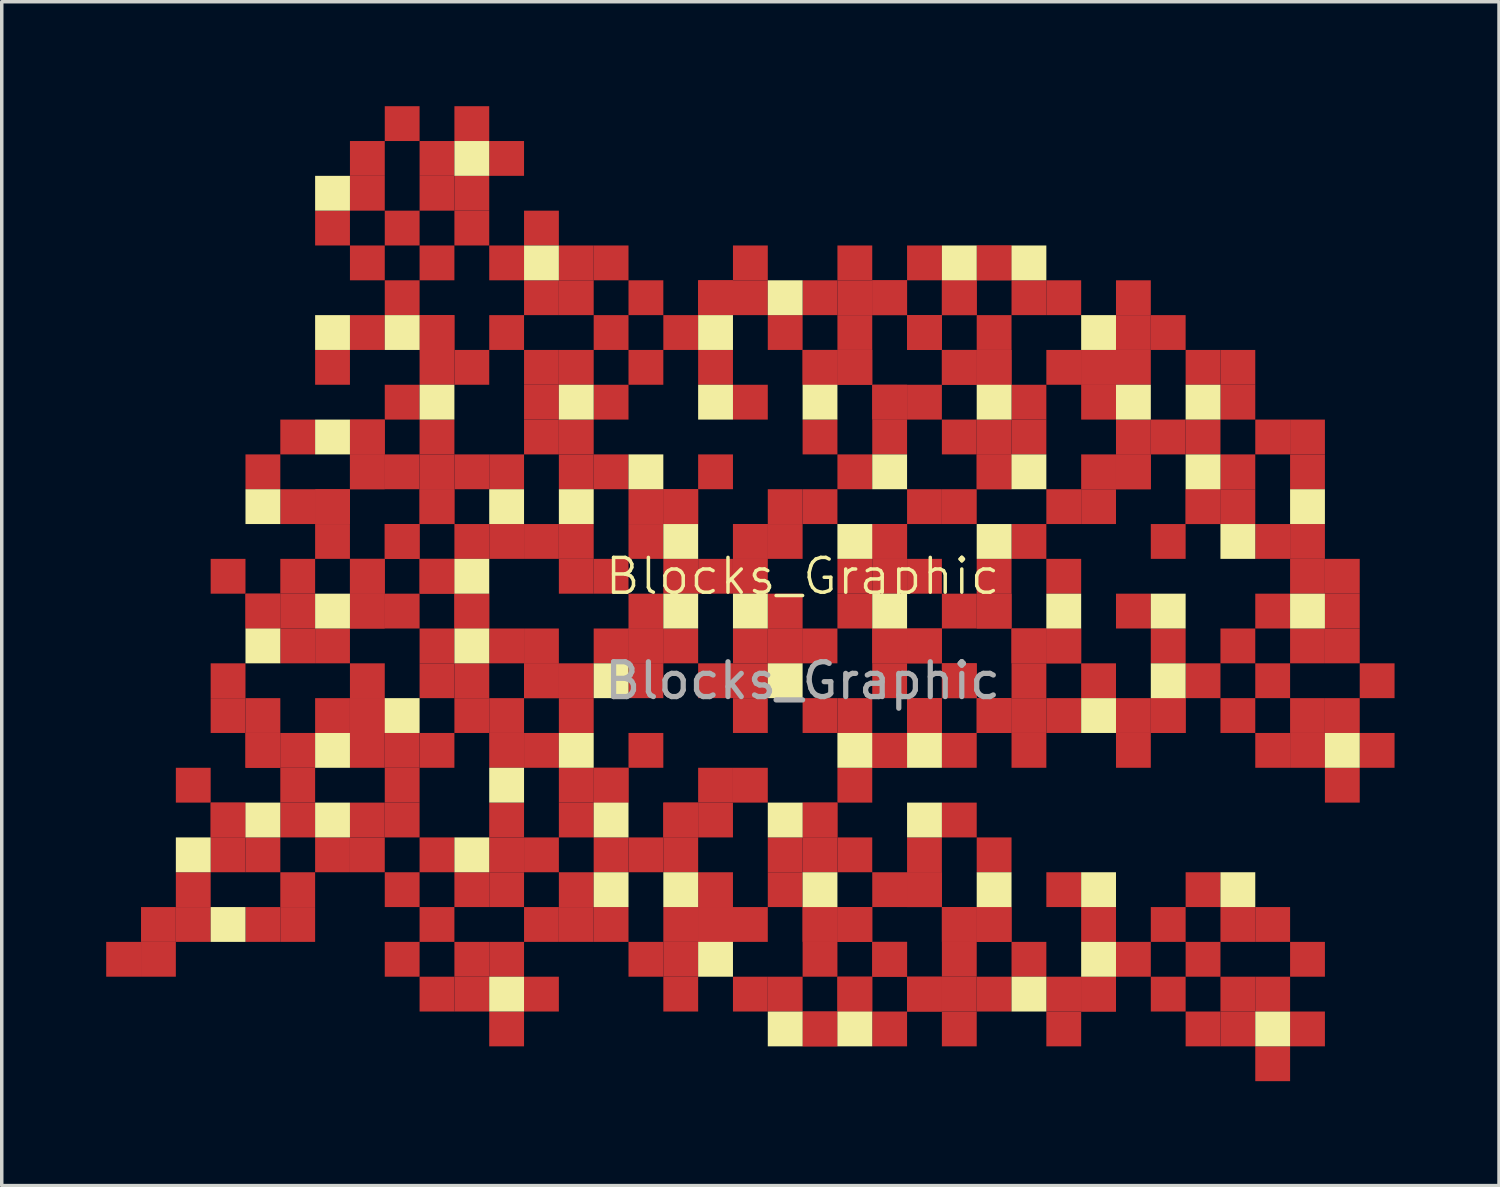
<source format=kicad_pcb>
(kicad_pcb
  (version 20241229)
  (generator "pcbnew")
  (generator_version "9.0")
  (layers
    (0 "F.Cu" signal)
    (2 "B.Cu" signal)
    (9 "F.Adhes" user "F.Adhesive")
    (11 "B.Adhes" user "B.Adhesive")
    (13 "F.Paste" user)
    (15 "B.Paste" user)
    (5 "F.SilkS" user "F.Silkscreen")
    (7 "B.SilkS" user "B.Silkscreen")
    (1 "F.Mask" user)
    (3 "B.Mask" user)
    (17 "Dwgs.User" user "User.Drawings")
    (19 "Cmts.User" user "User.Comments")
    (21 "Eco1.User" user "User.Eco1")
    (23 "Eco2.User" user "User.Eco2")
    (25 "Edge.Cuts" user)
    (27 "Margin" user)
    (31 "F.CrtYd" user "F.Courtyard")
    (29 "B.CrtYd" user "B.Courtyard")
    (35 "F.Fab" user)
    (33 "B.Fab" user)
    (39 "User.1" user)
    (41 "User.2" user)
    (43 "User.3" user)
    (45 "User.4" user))
  (footprint "Blocks_Graphic"
    (layer "F.Cu")
    (at 20 14)
    (property "Reference" "Blocks_Graphic" (at 0 -0.5 0) (unlocked yes) (layer "F.SilkS") (effects (font (size 1 1) (thickness 0.1))))
    (attr through_hole)
    (fp_rect (start -20 10) (end -19 11) (stroke (width 0) (type solid)) (fill yes) (layers "F.Cu" "F.Mask"))
    (fp_rect (start -19 9) (end -18 10) (stroke (width 0) (type solid)) (fill yes) (layers "F.Cu" "F.Mask"))
    (fp_rect (start -19 10) (end -18 11) (stroke (width 0) (type solid)) (fill yes) (layers "F.Cu" "F.Mask"))
    (fp_rect (start -18 5) (end -17 6) (stroke (width 0) (type solid)) (fill yes) (layers "F.Cu" "F.Mask"))
    (fp_rect (start -18 8) (end -17 9) (stroke (width 0) (type solid)) (fill yes) (layers "F.Cu" "F.Mask"))
    (fp_rect (start -18 9) (end -17 10) (stroke (width 0) (type solid)) (fill yes) (layers "F.Cu" "F.Mask"))
    (fp_rect (start -17 -1) (end -16 0) (stroke (width 0) (type solid)) (fill yes) (layers "F.Cu" "F.Mask"))
    (fp_rect (start -17 2) (end -16 3) (stroke (width 0) (type solid)) (fill yes) (layers "F.Cu" "F.Mask"))
    (fp_rect (start -17 3) (end -16 4) (stroke (width 0) (type solid)) (fill yes) (layers "F.Cu" "F.Mask"))
    (fp_rect (start -17 6) (end -16 7) (stroke (width 0) (type solid)) (fill yes) (layers "F.Cu" "F.Mask"))
    (fp_rect (start -17 6) (end -16 7) (stroke (width 0) (type solid)) (fill yes) (layers "F.Cu" "F.Mask"))
    (fp_rect (start -17 7) (end -16 8) (stroke (width 0) (type solid)) (fill yes) (layers "F.Cu" "F.Mask"))
    (fp_rect (start -16 -4) (end -15 -3) (stroke (width 0) (type solid)) (fill yes) (layers "F.Cu" "F.Mask"))
    (fp_rect (start -16 0) (end -15 1) (stroke (width 0) (type solid)) (fill yes) (layers "F.Cu" "F.Mask"))
    (fp_rect (start -16 0) (end -15 1) (stroke (width 0) (type solid)) (fill yes) (layers "F.Cu" "F.Mask"))
    (fp_rect (start -16 3) (end -15 4) (stroke (width 0) (type solid)) (fill yes) (layers "F.Cu" "F.Mask"))
    (fp_rect (start -16 4) (end -15 5) (stroke (width 0) (type solid)) (fill yes) (layers "F.Cu" "F.Mask"))
    (fp_rect (start -16 4) (end -15 5) (stroke (width 0) (type solid)) (fill yes) (layers "F.Cu" "F.Mask"))
    (fp_rect (start -16 7) (end -15 8) (stroke (width 0) (type solid)) (fill yes) (layers "F.Cu" "F.Mask"))
    (fp_rect (start -16 9) (end -15 10) (stroke (width 0) (type solid)) (fill yes) (layers "F.Cu" "F.Mask"))
    (fp_rect (start -15 -5) (end -14 -4) (stroke (width 0) (type solid)) (fill yes) (layers "F.Cu" "F.Mask"))
    (fp_rect (start -15 -3) (end -14 -2) (stroke (width 0) (type solid)) (fill yes) (layers "F.Cu" "F.Mask"))
    (fp_rect (start -15 -1) (end -14 0) (stroke (width 0) (type solid)) (fill yes) (layers "F.Cu" "F.Mask"))
    (fp_rect (start -15 0) (end -14 1) (stroke (width 0) (type solid)) (fill yes) (layers "F.Cu" "F.Mask"))
    (fp_rect (start -15 1) (end -14 2) (stroke (width 0) (type solid)) (fill yes) (layers "F.Cu" "F.Mask"))
    (fp_rect (start -15 4) (end -14 5) (stroke (width 0) (type solid)) (fill yes) (layers "F.Cu" "F.Mask"))
    (fp_rect (start -15 5) (end -14 6) (stroke (width 0) (type solid)) (fill yes) (layers "F.Cu" "F.Mask"))
    (fp_rect (start -15 6) (end -14 7) (stroke (width 0) (type solid)) (fill yes) (layers "F.Cu" "F.Mask"))
    (fp_rect (start -15 8) (end -14 9) (stroke (width 0) (type solid)) (fill yes) (layers "F.Cu" "F.Mask"))
    (fp_rect (start -15 9) (end -14 10) (stroke (width 0) (type solid)) (fill yes) (layers "F.Cu" "F.Mask"))
    (fp_rect (start -14 -11) (end -13 -10) (stroke (width 0) (type solid)) (fill yes) (layers "F.Cu" "F.Mask"))
    (fp_rect (start -14 -7) (end -13 -6) (stroke (width 0) (type solid)) (fill yes) (layers "F.Cu" "F.Mask"))
    (fp_rect (start -14 -3) (end -13 -2) (stroke (width 0) (type solid)) (fill yes) (layers "F.Cu" "F.Mask"))
    (fp_rect (start -14 -3) (end -13 -2) (stroke (width 0) (type solid)) (fill yes) (layers "F.Cu" "F.Mask"))
    (fp_rect (start -14 -2) (end -13 -1) (stroke (width 0) (type solid)) (fill yes) (layers "F.Cu" "F.Mask"))
    (fp_rect (start -14 1) (end -13 2) (stroke (width 0) (type solid)) (fill yes) (layers "F.Cu" "F.Mask"))
    (fp_rect (start -14 3) (end -13 4) (stroke (width 0) (type solid)) (fill yes) (layers "F.Cu" "F.Mask"))
    (fp_rect (start -14 7) (end -13 8) (stroke (width 0) (type solid)) (fill yes) (layers "F.Cu" "F.Mask"))
    (fp_rect (start -13 -13) (end -12 -12) (stroke (width 0) (type solid)) (fill yes) (layers "F.Cu" "F.Mask"))
    (fp_rect (start -13 -12) (end -12 -11) (stroke (width 0) (type solid)) (fill yes) (layers "F.Cu" "F.Mask"))
    (fp_rect (start -13 -10) (end -12 -9) (stroke (width 0) (type solid)) (fill yes) (layers "F.Cu" "F.Mask"))
    (fp_rect (start -13 -8) (end -12 -7) (stroke (width 0) (type solid)) (fill yes) (layers "F.Cu" "F.Mask"))
    (fp_rect (start -13 -5) (end -12 -4) (stroke (width 0) (type solid)) (fill yes) (layers "F.Cu" "F.Mask"))
    (fp_rect (start -13 -5) (end -12 -4) (stroke (width 0) (type solid)) (fill yes) (layers "F.Cu" "F.Mask"))
    (fp_rect (start -13 -4) (end -12 -3) (stroke (width 0) (type solid)) (fill yes) (layers "F.Cu" "F.Mask"))
    (fp_rect (start -13 -4) (end -12 -3) (stroke (width 0) (type solid)) (fill yes) (layers "F.Cu" "F.Mask"))
    (fp_rect (start -13 -1) (end -12 0) (stroke (width 0) (type solid)) (fill yes) (layers "F.Cu" "F.Mask"))
    (fp_rect (start -13 -1) (end -12 0) (stroke (width 0) (type solid)) (fill yes) (layers "F.Cu" "F.Mask"))
    (fp_rect (start -13 0) (end -12 1) (stroke (width 0) (type solid)) (fill yes) (layers "F.Cu" "F.Mask"))
    (fp_rect (start -13 0) (end -12 1) (stroke (width 0) (type solid)) (fill yes) (layers "F.Cu" "F.Mask"))
    (fp_rect (start -13 2) (end -12 3) (stroke (width 0) (type solid)) (fill yes) (layers "F.Cu" "F.Mask"))
    (fp_rect (start -13 3) (end -12 4) (stroke (width 0) (type solid)) (fill yes) (layers "F.Cu" "F.Mask"))
    (fp_rect (start -13 3) (end -12 4) (stroke (width 0) (type solid)) (fill yes) (layers "F.Cu" "F.Mask"))
    (fp_rect (start -13 4) (end -12 5) (stroke (width 0) (type solid)) (fill yes) (layers "F.Cu" "F.Mask"))
    (fp_rect (start -13 6) (end -12 7) (stroke (width 0) (type solid)) (fill yes) (layers "F.Cu" "F.Mask"))
    (fp_rect (start -13 7) (end -12 8) (stroke (width 0) (type solid)) (fill yes) (layers "F.Cu" "F.Mask"))
    (fp_rect (start -12 -14) (end -11 -13) (stroke (width 0) (type solid)) (fill yes) (layers "F.Cu" "F.Mask"))
    (fp_rect (start -12 -11) (end -11 -10) (stroke (width 0) (type solid)) (fill yes) (layers "F.Cu" "F.Mask"))
    (fp_rect (start -12 -9) (end -11 -8) (stroke (width 0) (type solid)) (fill yes) (layers "F.Cu" "F.Mask"))
    (fp_rect (start -12 -6) (end -11 -5) (stroke (width 0) (type solid)) (fill yes) (layers "F.Cu" "F.Mask"))
    (fp_rect (start -12 -4) (end -11 -3) (stroke (width 0) (type solid)) (fill yes) (layers "F.Cu" "F.Mask"))
    (fp_rect (start -12 -2) (end -11 -1) (stroke (width 0) (type solid)) (fill yes) (layers "F.Cu" "F.Mask"))
    (fp_rect (start -12 -2) (end -11 -1) (stroke (width 0) (type solid)) (fill yes) (layers "F.Cu" "F.Mask"))
    (fp_rect (start -12 0) (end -11 1) (stroke (width 0) (type solid)) (fill yes) (layers "F.Cu" "F.Mask"))
    (fp_rect (start -12 4) (end -11 5) (stroke (width 0) (type solid)) (fill yes) (layers "F.Cu" "F.Mask"))
    (fp_rect (start -12 5) (end -11 6) (stroke (width 0) (type solid)) (fill yes) (layers "F.Cu" "F.Mask"))
    (fp_rect (start -12 6) (end -11 7) (stroke (width 0) (type solid)) (fill yes) (layers "F.Cu" "F.Mask"))
    (fp_rect (start -12 8) (end -11 9) (stroke (width 0) (type solid)) (fill yes) (layers "F.Cu" "F.Mask"))
    (fp_rect (start -12 10) (end -11 11) (stroke (width 0) (type solid)) (fill yes) (layers "F.Cu" "F.Mask"))
    (fp_rect (start -11 -13) (end -10 -12) (stroke (width 0) (type solid)) (fill yes) (layers "F.Cu" "F.Mask"))
    (fp_rect (start -11 -12) (end -10 -11) (stroke (width 0) (type solid)) (fill yes) (layers "F.Cu" "F.Mask"))
    (fp_rect (start -11 -10) (end -10 -9) (stroke (width 0) (type solid)) (fill yes) (layers "F.Cu" "F.Mask"))
    (fp_rect (start -11 -8) (end -10 -7) (stroke (width 0) (type solid)) (fill yes) (layers "F.Cu" "F.Mask"))
    (fp_rect (start -11 -8) (end -10 -7) (stroke (width 0) (type solid)) (fill yes) (layers "F.Cu" "F.Mask"))
    (fp_rect (start -11 -7) (end -10 -6) (stroke (width 0) (type solid)) (fill yes) (layers "F.Cu" "F.Mask"))
    (fp_rect (start -11 -5) (end -10 -4) (stroke (width 0) (type solid)) (fill yes) (layers "F.Cu" "F.Mask"))
    (fp_rect (start -11 -4) (end -10 -3) (stroke (width 0) (type solid)) (fill yes) (layers "F.Cu" "F.Mask"))
    (fp_rect (start -11 -3) (end -10 -2) (stroke (width 0) (type solid)) (fill yes) (layers "F.Cu" "F.Mask"))
    (fp_rect (start -11 -3) (end -10 -2) (stroke (width 0) (type solid)) (fill yes) (layers "F.Cu" "F.Mask"))
    (fp_rect (start -11 -1) (end -10 0) (stroke (width 0) (type solid)) (fill yes) (layers "F.Cu" "F.Mask"))
    (fp_rect (start -11 -1) (end -10 0) (stroke (width 0) (type solid)) (fill yes) (layers "F.Cu" "F.Mask"))
    (fp_rect (start -11 1) (end -10 2) (stroke (width 0) (type solid)) (fill yes) (layers "F.Cu" "F.Mask"))
    (fp_rect (start -11 2) (end -10 3) (stroke (width 0) (type solid)) (fill yes) (layers "F.Cu" "F.Mask"))
    (fp_rect (start -11 4) (end -10 5) (stroke (width 0) (type solid)) (fill yes) (layers "F.Cu" "F.Mask"))
    (fp_rect (start -11 7) (end -10 8) (stroke (width 0) (type solid)) (fill yes) (layers "F.Cu" "F.Mask"))
    (fp_rect (start -11 9) (end -10 10) (stroke (width 0) (type solid)) (fill yes) (layers "F.Cu" "F.Mask"))
    (fp_rect (start -11 11) (end -10 12) (stroke (width 0) (type solid)) (fill yes) (layers "F.Cu" "F.Mask"))
    (fp_rect (start -10 -14) (end -9 -13) (stroke (width 0) (type solid)) (fill yes) (layers "F.Cu" "F.Mask"))
    (fp_rect (start -10 -12) (end -9 -11) (stroke (width 0) (type solid)) (fill yes) (layers "F.Cu" "F.Mask"))
    (fp_rect (start -10 -11) (end -9 -10) (stroke (width 0) (type solid)) (fill yes) (layers "F.Cu" "F.Mask"))
    (fp_rect (start -10 -7) (end -9 -6) (stroke (width 0) (type solid)) (fill yes) (layers "F.Cu" "F.Mask"))
    (fp_rect (start -10 -4) (end -9 -3) (stroke (width 0) (type solid)) (fill yes) (layers "F.Cu" "F.Mask"))
    (fp_rect (start -10 -2) (end -9 -1) (stroke (width 0) (type solid)) (fill yes) (layers "F.Cu" "F.Mask"))
    (fp_rect (start -10 0) (end -9 1) (stroke (width 0) (type solid)) (fill yes) (layers "F.Cu" "F.Mask"))
    (fp_rect (start -10 0) (end -9 1) (stroke (width 0) (type solid)) (fill yes) (layers "F.Cu" "F.Mask"))
    (fp_rect (start -10 2) (end -9 3) (stroke (width 0) (type solid)) (fill yes) (layers "F.Cu" "F.Mask"))
    (fp_rect (start -10 3) (end -9 4) (stroke (width 0) (type solid)) (fill yes) (layers "F.Cu" "F.Mask"))
    (fp_rect (start -10 8) (end -9 9) (stroke (width 0) (type solid)) (fill yes) (layers "F.Cu" "F.Mask"))
    (fp_rect (start -10 10) (end -9 11) (stroke (width 0) (type solid)) (fill yes) (layers "F.Cu" "F.Mask"))
    (fp_rect (start -10 11) (end -9 12) (stroke (width 0) (type solid)) (fill yes) (layers "F.Cu" "F.Mask"))
    (fp_rect (start -9 -13) (end -8 -12) (stroke (width 0) (type solid)) (fill yes) (layers "F.Cu" "F.Mask"))
    (fp_rect (start -9 -10) (end -8 -9) (stroke (width 0) (type solid)) (fill yes) (layers "F.Cu" "F.Mask"))
    (fp_rect (start -9 -8) (end -8 -7) (stroke (width 0) (type solid)) (fill yes) (layers "F.Cu" "F.Mask"))
    (fp_rect (start -9 -4) (end -8 -3) (stroke (width 0) (type solid)) (fill yes) (layers "F.Cu" "F.Mask"))
    (fp_rect (start -9 -2) (end -8 -1) (stroke (width 0) (type solid)) (fill yes) (layers "F.Cu" "F.Mask"))
    (fp_rect (start -9 1) (end -8 2) (stroke (width 0) (type solid)) (fill yes) (layers "F.Cu" "F.Mask"))
    (fp_rect (start -9 3) (end -8 4) (stroke (width 0) (type solid)) (fill yes) (layers "F.Cu" "F.Mask"))
    (fp_rect (start -9 4) (end -8 5) (stroke (width 0) (type solid)) (fill yes) (layers "F.Cu" "F.Mask"))
    (fp_rect (start -9 6) (end -8 7) (stroke (width 0) (type solid)) (fill yes) (layers "F.Cu" "F.Mask"))
    (fp_rect (start -9 7) (end -8 8) (stroke (width 0) (type solid)) (fill yes) (layers "F.Cu" "F.Mask"))
    (fp_rect (start -9 8) (end -8 9) (stroke (width 0) (type solid)) (fill yes) (layers "F.Cu" "F.Mask"))
    (fp_rect (start -9 10) (end -8 11) (stroke (width 0) (type solid)) (fill yes) (layers "F.Cu" "F.Mask"))
    (fp_rect (start -9 12) (end -8 13) (stroke (width 0) (type solid)) (fill yes) (layers "F.Cu" "F.Mask"))
    (fp_rect (start -8 -11) (end -7 -10) (stroke (width 0) (type solid)) (fill yes) (layers "F.Cu" "F.Mask"))
    (fp_rect (start -8 -9) (end -7 -8) (stroke (width 0) (type solid)) (fill yes) (layers "F.Cu" "F.Mask"))
    (fp_rect (start -8 -7) (end -7 -6) (stroke (width 0) (type solid)) (fill yes) (layers "F.Cu" "F.Mask"))
    (fp_rect (start -8 -6) (end -7 -5) (stroke (width 0) (type solid)) (fill yes) (layers "F.Cu" "F.Mask"))
    (fp_rect (start -8 -5) (end -7 -4) (stroke (width 0) (type solid)) (fill yes) (layers "F.Cu" "F.Mask"))
    (fp_rect (start -8 -2) (end -7 -1) (stroke (width 0) (type solid)) (fill yes) (layers "F.Cu" "F.Mask"))
    (fp_rect (start -8 1) (end -7 2) (stroke (width 0) (type solid)) (fill yes) (layers "F.Cu" "F.Mask"))
    (fp_rect (start -8 2) (end -7 3) (stroke (width 0) (type solid)) (fill yes) (layers "F.Cu" "F.Mask"))
    (fp_rect (start -8 2) (end -7 3) (stroke (width 0) (type solid)) (fill yes) (layers "F.Cu" "F.Mask"))
    (fp_rect (start -8 4) (end -7 5) (stroke (width 0) (type solid)) (fill yes) (layers "F.Cu" "F.Mask"))
    (fp_rect (start -8 7) (end -7 8) (stroke (width 0) (type solid)) (fill yes) (layers "F.Cu" "F.Mask"))
    (fp_rect (start -8 9) (end -7 10) (stroke (width 0) (type solid)) (fill yes) (layers "F.Cu" "F.Mask"))
    (fp_rect (start -8 11) (end -7 12) (stroke (width 0) (type solid)) (fill yes) (layers "F.Cu" "F.Mask"))
    (fp_rect (start -7 -10) (end -6 -9) (stroke (width 0) (type solid)) (fill yes) (layers "F.Cu" "F.Mask"))
    (fp_rect (start -7 -9) (end -6 -8) (stroke (width 0) (type solid)) (fill yes) (layers "F.Cu" "F.Mask"))
    (fp_rect (start -7 -7) (end -6 -6) (stroke (width 0) (type solid)) (fill yes) (layers "F.Cu" "F.Mask"))
    (fp_rect (start -7 -5) (end -6 -4) (stroke (width 0) (type solid)) (fill yes) (layers "F.Cu" "F.Mask"))
    (fp_rect (start -7 -4) (end -6 -3) (stroke (width 0) (type solid)) (fill yes) (layers "F.Cu" "F.Mask"))
    (fp_rect (start -7 -2) (end -6 -1) (stroke (width 0) (type solid)) (fill yes) (layers "F.Cu" "F.Mask"))
    (fp_rect (start -7 -1) (end -6 0) (stroke (width 0) (type solid)) (fill yes) (layers "F.Cu" "F.Mask"))
    (fp_rect (start -7 2) (end -6 3) (stroke (width 0) (type solid)) (fill yes) (layers "F.Cu" "F.Mask"))
    (fp_rect (start -7 3) (end -6 4) (stroke (width 0) (type solid)) (fill yes) (layers "F.Cu" "F.Mask"))
    (fp_rect (start -7 5) (end -6 6) (stroke (width 0) (type solid)) (fill yes) (layers "F.Cu" "F.Mask"))
    (fp_rect (start -7 6) (end -6 7) (stroke (width 0) (type solid)) (fill yes) (layers "F.Cu" "F.Mask"))
    (fp_rect (start -7 8) (end -6 9) (stroke (width 0) (type solid)) (fill yes) (layers "F.Cu" "F.Mask"))
    (fp_rect (start -7 9) (end -6 10) (stroke (width 0) (type solid)) (fill yes) (layers "F.Cu" "F.Mask"))
    (fp_rect (start -6 -10) (end -5 -9) (stroke (width 0) (type solid)) (fill yes) (layers "F.Cu" "F.Mask"))
    (fp_rect (start -6 -8) (end -5 -7) (stroke (width 0) (type solid)) (fill yes) (layers "F.Cu" "F.Mask"))
    (fp_rect (start -6 -6) (end -5 -5) (stroke (width 0) (type solid)) (fill yes) (layers "F.Cu" "F.Mask"))
    (fp_rect (start -6 -4) (end -5 -3) (stroke (width 0) (type solid)) (fill yes) (layers "F.Cu" "F.Mask"))
    (fp_rect (start -6 -1) (end -5 0) (stroke (width 0) (type solid)) (fill yes) (layers "F.Cu" "F.Mask"))
    (fp_rect (start -6 1) (end -5 2) (stroke (width 0) (type solid)) (fill yes) (layers "F.Cu" "F.Mask"))
    (fp_rect (start -6 5) (end -5 6) (stroke (width 0) (type solid)) (fill yes) (layers "F.Cu" "F.Mask"))
    (fp_rect (start -6 5) (end -5 6) (stroke (width 0) (type solid)) (fill yes) (layers "F.Cu" "F.Mask"))
    (fp_rect (start -6 7) (end -5 8) (stroke (width 0) (type solid)) (fill yes) (layers "F.Cu" "F.Mask"))
    (fp_rect (start -6 9) (end -5 10) (stroke (width 0) (type solid)) (fill yes) (layers "F.Cu" "F.Mask"))
    (fp_rect (start -5 -9) (end -4 -8) (stroke (width 0) (type solid)) (fill yes) (layers "F.Cu" "F.Mask"))
    (fp_rect (start -5 -7) (end -4 -6) (stroke (width 0) (type solid)) (fill yes) (layers "F.Cu" "F.Mask"))
    (fp_rect (start -5 -3) (end -4 -2) (stroke (width 0) (type solid)) (fill yes) (layers "F.Cu" "F.Mask"))
    (fp_rect (start -5 -2) (end -4 -1) (stroke (width 0) (type solid)) (fill yes) (layers "F.Cu" "F.Mask"))
    (fp_rect (start -5 0) (end -4 1) (stroke (width 0) (type solid)) (fill yes) (layers "F.Cu" "F.Mask"))
    (fp_rect (start -5 1) (end -4 2) (stroke (width 0) (type solid)) (fill yes) (layers "F.Cu" "F.Mask"))
    (fp_rect (start -5 1) (end -4 2) (stroke (width 0) (type solid)) (fill yes) (layers "F.Cu" "F.Mask"))
    (fp_rect (start -5 1) (end -4 2) (stroke (width 0) (type solid)) (fill yes) (layers "F.Cu" "F.Mask"))
    (fp_rect (start -5 2) (end -4 3) (stroke (width 0) (type solid)) (fill yes) (layers "F.Cu" "F.Mask"))
    (fp_rect (start -5 4) (end -4 5) (stroke (width 0) (type solid)) (fill yes) (layers "F.Cu" "F.Mask"))
    (fp_rect (start -5 7) (end -4 8) (stroke (width 0) (type solid)) (fill yes) (layers "F.Cu" "F.Mask"))
    (fp_rect (start -5 10) (end -4 11) (stroke (width 0) (type solid)) (fill yes) (layers "F.Cu" "F.Mask"))
    (fp_rect (start -4 -8) (end -3 -7) (stroke (width 0) (type solid)) (fill yes) (layers "F.Cu" "F.Mask"))
    (fp_rect (start -4 -3) (end -3 -2) (stroke (width 0) (type solid)) (fill yes) (layers "F.Cu" "F.Mask"))
    (fp_rect (start -4 -3) (end -3 -2) (stroke (width 0) (type solid)) (fill yes) (layers "F.Cu" "F.Mask"))
    (fp_rect (start -4 -1) (end -3 0) (stroke (width 0) (type solid)) (fill yes) (layers "F.Cu" "F.Mask"))
    (fp_rect (start -4 1) (end -3 2) (stroke (width 0) (type solid)) (fill yes) (layers "F.Cu" "F.Mask"))
    (fp_rect (start -4 6) (end -3 7) (stroke (width 0) (type solid)) (fill yes) (layers "F.Cu" "F.Mask"))
    (fp_rect (start -4 6) (end -3 7) (stroke (width 0) (type solid)) (fill yes) (layers "F.Cu" "F.Mask"))
    (fp_rect (start -4 7) (end -3 8) (stroke (width 0) (type solid)) (fill yes) (layers "F.Cu" "F.Mask"))
    (fp_rect (start -4 9) (end -3 10) (stroke (width 0) (type solid)) (fill yes) (layers "F.Cu" "F.Mask"))
    (fp_rect (start -4 10) (end -3 11) (stroke (width 0) (type solid)) (fill yes) (layers "F.Cu" "F.Mask"))
    (fp_rect (start -4 11) (end -3 12) (stroke (width 0) (type solid)) (fill yes) (layers "F.Cu" "F.Mask"))
    (fp_rect (start -3 -9) (end -2 -8) (stroke (width 0) (type solid)) (fill yes) (layers "F.Cu" "F.Mask"))
    (fp_rect (start -3 -9) (end -2 -8) (stroke (width 0) (type solid)) (fill yes) (layers "F.Cu" "F.Mask"))
    (fp_rect (start -3 -7) (end -2 -6) (stroke (width 0) (type solid)) (fill yes) (layers "F.Cu" "F.Mask"))
    (fp_rect (start -3 -4) (end -2 -3) (stroke (width 0) (type solid)) (fill yes) (layers "F.Cu" "F.Mask"))
    (fp_rect (start -3 -1) (end -2 0) (stroke (width 0) (type solid)) (fill yes) (layers "F.Cu" "F.Mask"))
    (fp_rect (start -3 2) (end -2 3) (stroke (width 0) (type solid)) (fill yes) (layers "F.Cu" "F.Mask"))
    (fp_rect (start -3 5) (end -2 6) (stroke (width 0) (type solid)) (fill yes) (layers "F.Cu" "F.Mask"))
    (fp_rect (start -3 6) (end -2 7) (stroke (width 0) (type solid)) (fill yes) (layers "F.Cu" "F.Mask"))
    (fp_rect (start -3 8) (end -2 9) (stroke (width 0) (type solid)) (fill yes) (layers "F.Cu" "F.Mask"))
    (fp_rect (start -3 9) (end -2 10) (stroke (width 0) (type solid)) (fill yes) (layers "F.Cu" "F.Mask"))
    (fp_rect (start -3 9) (end -2 10) (stroke (width 0) (type solid)) (fill yes) (layers "F.Cu" "F.Mask"))
    (fp_rect (start -2 -10) (end -1 -9) (stroke (width 0) (type solid)) (fill yes) (layers "F.Cu" "F.Mask"))
    (fp_rect (start -2 -9) (end -1 -8) (stroke (width 0) (type solid)) (fill yes) (layers "F.Cu" "F.Mask"))
    (fp_rect (start -2 -6) (end -1 -5) (stroke (width 0) (type solid)) (fill yes) (layers "F.Cu" "F.Mask"))
    (fp_rect (start -2 -2) (end -1 -1) (stroke (width 0) (type solid)) (fill yes) (layers "F.Cu" "F.Mask"))
    (fp_rect (start -2 -2) (end -1 -1) (stroke (width 0) (type solid)) (fill yes) (layers "F.Cu" "F.Mask"))
    (fp_rect (start -2 -1) (end -1 0) (stroke (width 0) (type solid)) (fill yes) (layers "F.Cu" "F.Mask"))
    (fp_rect (start -2 1) (end -1 2) (stroke (width 0) (type solid)) (fill yes) (layers "F.Cu" "F.Mask"))
    (fp_rect (start -2 2) (end -1 3) (stroke (width 0) (type solid)) (fill yes) (layers "F.Cu" "F.Mask"))
    (fp_rect (start -2 3) (end -1 4) (stroke (width 0) (type solid)) (fill yes) (layers "F.Cu" "F.Mask"))
    (fp_rect (start -2 5) (end -1 6) (stroke (width 0) (type solid)) (fill yes) (layers "F.Cu" "F.Mask"))
    (fp_rect (start -2 9) (end -1 10) (stroke (width 0) (type solid)) (fill yes) (layers "F.Cu" "F.Mask"))
    (fp_rect (start -2 11) (end -1 12) (stroke (width 0) (type solid)) (fill yes) (layers "F.Cu" "F.Mask"))
    (fp_rect (start -1 -8) (end 0 -7) (stroke (width 0) (type solid)) (fill yes) (layers "F.Cu" "F.Mask"))
    (fp_rect (start -1 -3) (end 0 -2) (stroke (width 0) (type solid)) (fill yes) (layers "F.Cu" "F.Mask"))
    (fp_rect (start -1 -2) (end 0 -1) (stroke (width 0) (type solid)) (fill yes) (layers "F.Cu" "F.Mask"))
    (fp_rect (start -1 0) (end 0 1) (stroke (width 0) (type solid)) (fill yes) (layers "F.Cu" "F.Mask"))
    (fp_rect (start -1 1) (end 0 2) (stroke (width 0) (type solid)) (fill yes) (layers "F.Cu" "F.Mask"))
    (fp_rect (start -1 1) (end 0 2) (stroke (width 0) (type solid)) (fill yes) (layers "F.Cu" "F.Mask"))
    (fp_rect (start -1 7) (end 0 8) (stroke (width 0) (type solid)) (fill yes) (layers "F.Cu" "F.Mask"))
    (fp_rect (start -1 8) (end 0 9) (stroke (width 0) (type solid)) (fill yes) (layers "F.Cu" "F.Mask"))
    (fp_rect (start -1 11) (end 0 12) (stroke (width 0) (type solid)) (fill yes) (layers "F.Cu" "F.Mask"))
    (fp_rect (start 0 -9) (end 1 -8) (stroke (width 0) (type solid)) (fill yes) (layers "F.Cu" "F.Mask"))
    (fp_rect (start 0 -7) (end 1 -6) (stroke (width 0) (type solid)) (fill yes) (layers "F.Cu" "F.Mask"))
    (fp_rect (start 0 -7) (end 1 -6) (stroke (width 0) (type solid)) (fill yes) (layers "F.Cu" "F.Mask"))
    (fp_rect (start 0 -5) (end 1 -4) (stroke (width 0) (type solid)) (fill yes) (layers "F.Cu" "F.Mask"))
    (fp_rect (start 0 -3) (end 1 -2) (stroke (width 0) (type solid)) (fill yes) (layers "F.Cu" "F.Mask"))
    (fp_rect (start 0 1) (end 1 2) (stroke (width 0) (type solid)) (fill yes) (layers "F.Cu" "F.Mask"))
    (fp_rect (start 0 3) (end 1 4) (stroke (width 0) (type solid)) (fill yes) (layers "F.Cu" "F.Mask"))
    (fp_rect (start 0 6) (end 1 7) (stroke (width 0) (type solid)) (fill yes) (layers "F.Cu" "F.Mask"))
    (fp_rect (start 0 6) (end 1 7) (stroke (width 0) (type solid)) (fill yes) (layers "F.Cu" "F.Mask"))
    (fp_rect (start 0 7) (end 1 8) (stroke (width 0) (type solid)) (fill yes) (layers "F.Cu" "F.Mask"))
    (fp_rect (start 0 9) (end 1 10) (stroke (width 0) (type solid)) (fill yes) (layers "F.Cu" "F.Mask"))
    (fp_rect (start 0 9) (end 1 10) (stroke (width 0) (type solid)) (fill yes) (layers "F.Cu" "F.Mask"))
    (fp_rect (start 0 10) (end 1 11) (stroke (width 0) (type solid)) (fill yes) (layers "F.Cu" "F.Mask"))
    (fp_rect (start 0 12) (end 1 13) (stroke (width 0) (type solid)) (fill yes) (layers "F.Cu" "F.Mask"))
    (fp_rect (start 0 12) (end 1 13) (stroke (width 0) (type solid)) (fill yes) (layers "F.Cu" "F.Mask"))
    (fp_rect (start 1 -10) (end 2 -9) (stroke (width 0) (type solid)) (fill yes) (layers "F.Cu" "F.Mask"))
    (fp_rect (start 1 -9) (end 2 -8) (stroke (width 0) (type solid)) (fill yes) (layers "F.Cu" "F.Mask"))
    (fp_rect (start 1 -8) (end 2 -7) (stroke (width 0) (type solid)) (fill yes) (layers "F.Cu" "F.Mask"))
    (fp_rect (start 1 -7) (end 2 -6) (stroke (width 0) (type solid)) (fill yes) (layers "F.Cu" "F.Mask"))
    (fp_rect (start 1 -7) (end 2 -6) (stroke (width 0) (type solid)) (fill yes) (layers "F.Cu" "F.Mask"))
    (fp_rect (start 1 -4) (end 2 -3) (stroke (width 0) (type solid)) (fill yes) (layers "F.Cu" "F.Mask"))
    (fp_rect (start 1 -1) (end 2 0) (stroke (width 0) (type solid)) (fill yes) (layers "F.Cu" "F.Mask"))
    (fp_rect (start 1 0) (end 2 1) (stroke (width 0) (type solid)) (fill yes) (layers "F.Cu" "F.Mask"))
    (fp_rect (start 1 3) (end 2 4) (stroke (width 0) (type solid)) (fill yes) (layers "F.Cu" "F.Mask"))
    (fp_rect (start 1 5) (end 2 6) (stroke (width 0) (type solid)) (fill yes) (layers "F.Cu" "F.Mask"))
    (fp_rect (start 1 7) (end 2 8) (stroke (width 0) (type solid)) (fill yes) (layers "F.Cu" "F.Mask"))
    (fp_rect (start 1 9) (end 2 10) (stroke (width 0) (type solid)) (fill yes) (layers "F.Cu" "F.Mask"))
    (fp_rect (start 1 9) (end 2 10) (stroke (width 0) (type solid)) (fill yes) (layers "F.Cu" "F.Mask"))
    (fp_rect (start 1 11) (end 2 12) (stroke (width 0) (type solid)) (fill yes) (layers "F.Cu" "F.Mask"))
    (fp_rect (start 1 11) (end 2 12) (stroke (width 0) (type solid)) (fill yes) (layers "F.Cu" "F.Mask"))
    (fp_rect (start 2 -9) (end 3 -8) (stroke (width 0) (type solid)) (fill yes) (layers "F.Cu" "F.Mask"))
    (fp_rect (start 2 -9) (end 3 -8) (stroke (width 0) (type solid)) (fill yes) (layers "F.Cu" "F.Mask"))
    (fp_rect (start 2 -6) (end 3 -5) (stroke (width 0) (type solid)) (fill yes) (layers "F.Cu" "F.Mask"))
    (fp_rect (start 2 -6) (end 3 -5) (stroke (width 0) (type solid)) (fill yes) (layers "F.Cu" "F.Mask"))
    (fp_rect (start 2 -5) (end 3 -4) (stroke (width 0) (type solid)) (fill yes) (layers "F.Cu" "F.Mask"))
    (fp_rect (start 2 -2) (end 3 -1) (stroke (width 0) (type solid)) (fill yes) (layers "F.Cu" "F.Mask"))
    (fp_rect (start 2 -2) (end 3 -1) (stroke (width 0) (type solid)) (fill yes) (layers "F.Cu" "F.Mask"))
    (fp_rect (start 2 -1) (end 3 0) (stroke (width 0) (type solid)) (fill yes) (layers "F.Cu" "F.Mask"))
    (fp_rect (start 2 1) (end 3 2) (stroke (width 0) (type solid)) (fill yes) (layers "F.Cu" "F.Mask"))
    (fp_rect (start 2 1) (end 3 2) (stroke (width 0) (type solid)) (fill yes) (layers "F.Cu" "F.Mask"))
    (fp_rect (start 2 2) (end 3 3) (stroke (width 0) (type solid)) (fill yes) (layers "F.Cu" "F.Mask"))
    (fp_rect (start 2 4) (end 3 5) (stroke (width 0) (type solid)) (fill yes) (layers "F.Cu" "F.Mask"))
    (fp_rect (start 2 4) (end 3 5) (stroke (width 0) (type solid)) (fill yes) (layers "F.Cu" "F.Mask"))
    (fp_rect (start 2 8) (end 3 9) (stroke (width 0) (type solid)) (fill yes) (layers "F.Cu" "F.Mask"))
    (fp_rect (start 2 10) (end 3 11) (stroke (width 0) (type solid)) (fill yes) (layers "F.Cu" "F.Mask"))
    (fp_rect (start 2 10) (end 3 11) (stroke (width 0) (type solid)) (fill yes) (layers "F.Cu" "F.Mask"))
    (fp_rect (start 2 12) (end 3 13) (stroke (width 0) (type solid)) (fill yes) (layers "F.Cu" "F.Mask"))
    (fp_rect (start 3 -10) (end 4 -9) (stroke (width 0) (type solid)) (fill yes) (layers "F.Cu" "F.Mask"))
    (fp_rect (start 3 -8) (end 4 -7) (stroke (width 0) (type solid)) (fill yes) (layers "F.Cu" "F.Mask"))
    (fp_rect (start 3 -8) (end 4 -7) (stroke (width 0) (type solid)) (fill yes) (layers "F.Cu" "F.Mask"))
    (fp_rect (start 3 -6) (end 4 -5) (stroke (width 0) (type solid)) (fill yes) (layers "F.Cu" "F.Mask"))
    (fp_rect (start 3 -3) (end 4 -2) (stroke (width 0) (type solid)) (fill yes) (layers "F.Cu" "F.Mask"))
    (fp_rect (start 3 -1) (end 4 0) (stroke (width 0) (type solid)) (fill yes) (layers "F.Cu" "F.Mask"))
    (fp_rect (start 3 1) (end 4 2) (stroke (width 0) (type solid)) (fill yes) (layers "F.Cu" "F.Mask"))
    (fp_rect (start 3 1) (end 4 2) (stroke (width 0) (type solid)) (fill yes) (layers "F.Cu" "F.Mask"))
    (fp_rect (start 3 3) (end 4 4) (stroke (width 0) (type solid)) (fill yes) (layers "F.Cu" "F.Mask"))
    (fp_rect (start 3 3) (end 4 4) (stroke (width 0) (type solid)) (fill yes) (layers "F.Cu" "F.Mask"))
    (fp_rect (start 3 7) (end 4 8) (stroke (width 0) (type solid)) (fill yes) (layers "F.Cu" "F.Mask"))
    (fp_rect (start 3 8) (end 4 9) (stroke (width 0) (type solid)) (fill yes) (layers "F.Cu" "F.Mask"))
    (fp_rect (start 3 8) (end 4 9) (stroke (width 0) (type solid)) (fill yes) (layers "F.Cu" "F.Mask"))
    (fp_rect (start 3 11) (end 4 12) (stroke (width 0) (type solid)) (fill yes) (layers "F.Cu" "F.Mask"))
    (fp_rect (start 3 11) (end 4 12) (stroke (width 0) (type solid)) (fill yes) (layers "F.Cu" "F.Mask"))
    (fp_rect (start 4 -9) (end 5 -8) (stroke (width 0) (type solid)) (fill yes) (layers "F.Cu" "F.Mask"))
    (fp_rect (start 4 -9) (end 5 -8) (stroke (width 0) (type solid)) (fill yes) (layers "F.Cu" "F.Mask"))
    (fp_rect (start 4 -7) (end 5 -6) (stroke (width 0) (type solid)) (fill yes) (layers "F.Cu" "F.Mask"))
    (fp_rect (start 4 -7) (end 5 -6) (stroke (width 0) (type solid)) (fill yes) (layers "F.Cu" "F.Mask"))
    (fp_rect (start 4 -5) (end 5 -4) (stroke (width 0) (type solid)) (fill yes) (layers "F.Cu" "F.Mask"))
    (fp_rect (start 4 -3) (end 5 -2) (stroke (width 0) (type solid)) (fill yes) (layers "F.Cu" "F.Mask"))
    (fp_rect (start 4 0) (end 5 1) (stroke (width 0) (type solid)) (fill yes) (layers "F.Cu" "F.Mask"))
    (fp_rect (start 4 2) (end 5 3) (stroke (width 0) (type solid)) (fill yes) (layers "F.Cu" "F.Mask"))
    (fp_rect (start 4 2) (end 5 3) (stroke (width 0) (type solid)) (fill yes) (layers "F.Cu" "F.Mask"))
    (fp_rect (start 4 4) (end 5 5) (stroke (width 0) (type solid)) (fill yes) (layers "F.Cu" "F.Mask"))
    (fp_rect (start 4 6) (end 5 7) (stroke (width 0) (type solid)) (fill yes) (layers "F.Cu" "F.Mask"))
    (fp_rect (start 4 9) (end 5 10) (stroke (width 0) (type solid)) (fill yes) (layers "F.Cu" "F.Mask"))
    (fp_rect (start 4 9) (end 5 10) (stroke (width 0) (type solid)) (fill yes) (layers "F.Cu" "F.Mask"))
    (fp_rect (start 4 10) (end 5 11) (stroke (width 0) (type solid)) (fill yes) (layers "F.Cu" "F.Mask"))
    (fp_rect (start 4 11) (end 5 12) (stroke (width 0) (type solid)) (fill yes) (layers "F.Cu" "F.Mask"))
    (fp_rect (start 4 12) (end 5 13) (stroke (width 0) (type solid)) (fill yes) (layers "F.Cu" "F.Mask"))
    (fp_rect (start 5 -10) (end 6 -9) (stroke (width 0) (type solid)) (fill yes) (layers "F.Cu" "F.Mask"))
    (fp_rect (start 5 -10) (end 6 -9) (stroke (width 0) (type solid)) (fill yes) (layers "F.Cu" "F.Mask"))
    (fp_rect (start 5 -8) (end 6 -7) (stroke (width 0) (type solid)) (fill yes) (layers "F.Cu" "F.Mask"))
    (fp_rect (start 5 -7) (end 6 -6) (stroke (width 0) (type solid)) (fill yes) (layers "F.Cu" "F.Mask"))
    (fp_rect (start 5 -7) (end 6 -6) (stroke (width 0) (type solid)) (fill yes) (layers "F.Cu" "F.Mask"))
    (fp_rect (start 5 -5) (end 6 -4) (stroke (width 0) (type solid)) (fill yes) (layers "F.Cu" "F.Mask"))
    (fp_rect (start 5 -4) (end 6 -3) (stroke (width 0) (type solid)) (fill yes) (layers "F.Cu" "F.Mask"))
    (fp_rect (start 5 -4) (end 6 -3) (stroke (width 0) (type solid)) (fill yes) (layers "F.Cu" "F.Mask"))
    (fp_rect (start 5 -1) (end 6 0) (stroke (width 0) (type solid)) (fill yes) (layers "F.Cu" "F.Mask"))
    (fp_rect (start 5 0) (end 6 1) (stroke (width 0) (type solid)) (fill yes) (layers "F.Cu" "F.Mask"))
    (fp_rect (start 5 0) (end 6 1) (stroke (width 0) (type solid)) (fill yes) (layers "F.Cu" "F.Mask"))
    (fp_rect (start 5 3) (end 6 4) (stroke (width 0) (type solid)) (fill yes) (layers "F.Cu" "F.Mask"))
    (fp_rect (start 5 3) (end 6 4) (stroke (width 0) (type solid)) (fill yes) (layers "F.Cu" "F.Mask"))
    (fp_rect (start 5 7) (end 6 8) (stroke (width 0) (type solid)) (fill yes) (layers "F.Cu" "F.Mask"))
    (fp_rect (start 5 9) (end 6 10) (stroke (width 0) (type solid)) (fill yes) (layers "F.Cu" "F.Mask"))
    (fp_rect (start 5 9) (end 6 10) (stroke (width 0) (type solid)) (fill yes) (layers "F.Cu" "F.Mask"))
    (fp_rect (start 5 11) (end 6 12) (stroke (width 0) (type solid)) (fill yes) (layers "F.Cu" "F.Mask"))
    (fp_rect (start 6 -9) (end 7 -8) (stroke (width 0) (type solid)) (fill yes) (layers "F.Cu" "F.Mask"))
    (fp_rect (start 6 -6) (end 7 -5) (stroke (width 0) (type solid)) (fill yes) (layers "F.Cu" "F.Mask"))
    (fp_rect (start 6 -5) (end 7 -4) (stroke (width 0) (type solid)) (fill yes) (layers "F.Cu" "F.Mask"))
    (fp_rect (start 6 -2) (end 7 -1) (stroke (width 0) (type solid)) (fill yes) (layers "F.Cu" "F.Mask"))
    (fp_rect (start 6 1) (end 7 2) (stroke (width 0) (type solid)) (fill yes) (layers "F.Cu" "F.Mask"))
    (fp_rect (start 6 1) (end 7 2) (stroke (width 0) (type solid)) (fill yes) (layers "F.Cu" "F.Mask"))
    (fp_rect (start 6 2) (end 7 3) (stroke (width 0) (type solid)) (fill yes) (layers "F.Cu" "F.Mask"))
    (fp_rect (start 6 3) (end 7 4) (stroke (width 0) (type solid)) (fill yes) (layers "F.Cu" "F.Mask"))
    (fp_rect (start 6 4) (end 7 5) (stroke (width 0) (type solid)) (fill yes) (layers "F.Cu" "F.Mask"))
    (fp_rect (start 6 10) (end 7 11) (stroke (width 0) (type solid)) (fill yes) (layers "F.Cu" "F.Mask"))
    (fp_rect (start 7 -9) (end 8 -8) (stroke (width 0) (type solid)) (fill yes) (layers "F.Cu" "F.Mask"))
    (fp_rect (start 7 -7) (end 8 -6) (stroke (width 0) (type solid)) (fill yes) (layers "F.Cu" "F.Mask"))
    (fp_rect (start 7 -3) (end 8 -2) (stroke (width 0) (type solid)) (fill yes) (layers "F.Cu" "F.Mask"))
    (fp_rect (start 7 -1) (end 8 0) (stroke (width 0) (type solid)) (fill yes) (layers "F.Cu" "F.Mask"))
    (fp_rect (start 7 1) (end 8 2) (stroke (width 0) (type solid)) (fill yes) (layers "F.Cu" "F.Mask"))
    (fp_rect (start 7 1) (end 8 2) (stroke (width 0) (type solid)) (fill yes) (layers "F.Cu" "F.Mask"))
    (fp_rect (start 7 3) (end 8 4) (stroke (width 0) (type solid)) (fill yes) (layers "F.Cu" "F.Mask"))
    (fp_rect (start 7 8) (end 8 9) (stroke (width 0) (type solid)) (fill yes) (layers "F.Cu" "F.Mask"))
    (fp_rect (start 7 11) (end 8 12) (stroke (width 0) (type solid)) (fill yes) (layers "F.Cu" "F.Mask"))
    (fp_rect (start 7 12) (end 8 13) (stroke (width 0) (type solid)) (fill yes) (layers "F.Cu" "F.Mask"))
    (fp_rect (start 8 -7) (end 9 -6) (stroke (width 0) (type solid)) (fill yes) (layers "F.Cu" "F.Mask"))
    (fp_rect (start 8 -7) (end 9 -6) (stroke (width 0) (type solid)) (fill yes) (layers "F.Cu" "F.Mask"))
    (fp_rect (start 8 -6) (end 9 -5) (stroke (width 0) (type solid)) (fill yes) (layers "F.Cu" "F.Mask"))
    (fp_rect (start 8 -4) (end 9 -3) (stroke (width 0) (type solid)) (fill yes) (layers "F.Cu" "F.Mask"))
    (fp_rect (start 8 -3) (end 9 -2) (stroke (width 0) (type solid)) (fill yes) (layers "F.Cu" "F.Mask"))
    (fp_rect (start 8 2) (end 9 3) (stroke (width 0) (type solid)) (fill yes) (layers "F.Cu" "F.Mask"))
    (fp_rect (start 8 9) (end 9 10) (stroke (width 0) (type solid)) (fill yes) (layers "F.Cu" "F.Mask"))
    (fp_rect (start 8 11) (end 9 12) (stroke (width 0) (type solid)) (fill yes) (layers "F.Cu" "F.Mask"))
    (fp_rect (start 8 11) (end 9 12) (stroke (width 0) (type solid)) (fill yes) (layers "F.Cu" "F.Mask"))
    (fp_rect (start 9 -9) (end 10 -8) (stroke (width 0) (type solid)) (fill yes) (layers "F.Cu" "F.Mask"))
    (fp_rect (start 9 -8) (end 10 -7) (stroke (width 0) (type solid)) (fill yes) (layers "F.Cu" "F.Mask"))
    (fp_rect (start 9 -7) (end 10 -6) (stroke (width 0) (type solid)) (fill yes) (layers "F.Cu" "F.Mask"))
    (fp_rect (start 9 -5) (end 10 -4) (stroke (width 0) (type solid)) (fill yes) (layers "F.Cu" "F.Mask"))
    (fp_rect (start 9 -4) (end 10 -3) (stroke (width 0) (type solid)) (fill yes) (layers "F.Cu" "F.Mask"))
    (fp_rect (start 9 -4) (end 10 -3) (stroke (width 0) (type solid)) (fill yes) (layers "F.Cu" "F.Mask"))
    (fp_rect (start 9 0) (end 10 1) (stroke (width 0) (type solid)) (fill yes) (layers "F.Cu" "F.Mask"))
    (fp_rect (start 9 3) (end 10 4) (stroke (width 0) (type solid)) (fill yes) (layers "F.Cu" "F.Mask"))
    (fp_rect (start 9 4) (end 10 5) (stroke (width 0) (type solid)) (fill yes) (layers "F.Cu" "F.Mask"))
    (fp_rect (start 9 10) (end 10 11) (stroke (width 0) (type solid)) (fill yes) (layers "F.Cu" "F.Mask"))
    (fp_rect (start 10 -8) (end 11 -7) (stroke (width 0) (type solid)) (fill yes) (layers "F.Cu" "F.Mask"))
    (fp_rect (start 10 -5) (end 11 -4) (stroke (width 0) (type solid)) (fill yes) (layers "F.Cu" "F.Mask"))
    (fp_rect (start 10 -2) (end 11 -1) (stroke (width 0) (type solid)) (fill yes) (layers "F.Cu" "F.Mask"))
    (fp_rect (start 10 1) (end 11 2) (stroke (width 0) (type solid)) (fill yes) (layers "F.Cu" "F.Mask"))
    (fp_rect (start 10 3) (end 11 4) (stroke (width 0) (type solid)) (fill yes) (layers "F.Cu" "F.Mask"))
    (fp_rect (start 10 3) (end 11 4) (stroke (width 0) (type solid)) (fill yes) (layers "F.Cu" "F.Mask"))
    (fp_rect (start 10 9) (end 11 10) (stroke (width 0) (type solid)) (fill yes) (layers "F.Cu" "F.Mask"))
    (fp_rect (start 10 11) (end 11 12) (stroke (width 0) (type solid)) (fill yes) (layers "F.Cu" "F.Mask"))
    (fp_rect (start 11 -7) (end 12 -6) (stroke (width 0) (type solid)) (fill yes) (layers "F.Cu" "F.Mask"))
    (fp_rect (start 11 -5) (end 12 -4) (stroke (width 0) (type solid)) (fill yes) (layers "F.Cu" "F.Mask"))
    (fp_rect (start 11 -3) (end 12 -2) (stroke (width 0) (type solid)) (fill yes) (layers "F.Cu" "F.Mask"))
    (fp_rect (start 11 -3) (end 12 -2) (stroke (width 0) (type solid)) (fill yes) (layers "F.Cu" "F.Mask"))
    (fp_rect (start 11 2) (end 12 3) (stroke (width 0) (type solid)) (fill yes) (layers "F.Cu" "F.Mask"))
    (fp_rect (start 11 8) (end 12 9) (stroke (width 0) (type solid)) (fill yes) (layers "F.Cu" "F.Mask"))
    (fp_rect (start 11 10) (end 12 11) (stroke (width 0) (type solid)) (fill yes) (layers "F.Cu" "F.Mask"))
    (fp_rect (start 11 12) (end 12 13) (stroke (width 0) (type solid)) (fill yes) (layers "F.Cu" "F.Mask"))
    (fp_rect (start 12 -7) (end 13 -6) (stroke (width 0) (type solid)) (fill yes) (layers "F.Cu" "F.Mask"))
    (fp_rect (start 12 -6) (end 13 -5) (stroke (width 0) (type solid)) (fill yes) (layers "F.Cu" "F.Mask"))
    (fp_rect (start 12 -4) (end 13 -3) (stroke (width 0) (type solid)) (fill yes) (layers "F.Cu" "F.Mask"))
    (fp_rect (start 12 -3) (end 13 -2) (stroke (width 0) (type solid)) (fill yes) (layers "F.Cu" "F.Mask"))
    (fp_rect (start 12 1) (end 13 2) (stroke (width 0) (type solid)) (fill yes) (layers "F.Cu" "F.Mask"))
    (fp_rect (start 12 3) (end 13 4) (stroke (width 0) (type solid)) (fill yes) (layers "F.Cu" "F.Mask"))
    (fp_rect (start 12 9) (end 13 10) (stroke (width 0) (type solid)) (fill yes) (layers "F.Cu" "F.Mask"))
    (fp_rect (start 12 11) (end 13 12) (stroke (width 0) (type solid)) (fill yes) (layers "F.Cu" "F.Mask"))
    (fp_rect (start 12 12) (end 13 13) (stroke (width 0) (type solid)) (fill yes) (layers "F.Cu" "F.Mask"))
    (fp_rect (start 13 -5) (end 14 -4) (stroke (width 0) (type solid)) (fill yes) (layers "F.Cu" "F.Mask"))
    (fp_rect (start 13 -2) (end 14 -1) (stroke (width 0) (type solid)) (fill yes) (layers "F.Cu" "F.Mask"))
    (fp_rect (start 13 0) (end 14 1) (stroke (width 0) (type solid)) (fill yes) (layers "F.Cu" "F.Mask"))
    (fp_rect (start 13 2) (end 14 3) (stroke (width 0) (type solid)) (fill yes) (layers "F.Cu" "F.Mask"))
    (fp_rect (start 13 4) (end 14 5) (stroke (width 0) (type solid)) (fill yes) (layers "F.Cu" "F.Mask"))
    (fp_rect (start 13 9) (end 14 10) (stroke (width 0) (type solid)) (fill yes) (layers "F.Cu" "F.Mask"))
    (fp_rect (start 13 11) (end 14 12) (stroke (width 0) (type solid)) (fill yes) (layers "F.Cu" "F.Mask"))
    (fp_rect (start 13 13) (end 14 14) (stroke (width 0) (type solid)) (fill yes) (layers "F.Cu" "F.Mask"))
    (fp_rect (start 14 -5) (end 15 -4) (stroke (width 0) (type solid)) (fill yes) (layers "F.Cu" "F.Mask"))
    (fp_rect (start 14 -4) (end 15 -3) (stroke (width 0) (type solid)) (fill yes) (layers "F.Cu" "F.Mask"))
    (fp_rect (start 14 -2) (end 15 -1) (stroke (width 0) (type solid)) (fill yes) (layers "F.Cu" "F.Mask"))
    (fp_rect (start 14 -1) (end 15 0) (stroke (width 0) (type solid)) (fill yes) (layers "F.Cu" "F.Mask"))
    (fp_rect (start 14 1) (end 15 2) (stroke (width 0) (type solid)) (fill yes) (layers "F.Cu" "F.Mask"))
    (fp_rect (start 14 3) (end 15 4) (stroke (width 0) (type solid)) (fill yes) (layers "F.Cu" "F.Mask"))
    (fp_rect (start 14 4) (end 15 5) (stroke (width 0) (type solid)) (fill yes) (layers "F.Cu" "F.Mask"))
    (fp_rect (start 14 10) (end 15 11) (stroke (width 0) (type solid)) (fill yes) (layers "F.Cu" "F.Mask"))
    (fp_rect (start 14 12) (end 15 13) (stroke (width 0) (type solid)) (fill yes) (layers "F.Cu" "F.Mask"))
    (fp_rect (start 15 -1) (end 16 0) (stroke (width 0) (type solid)) (fill yes) (layers "F.Cu" "F.Mask"))
    (fp_rect (start 15 0) (end 16 1) (stroke (width 0) (type solid)) (fill yes) (layers "F.Cu" "F.Mask"))
    (fp_rect (start 15 1) (end 16 2) (stroke (width 0) (type solid)) (fill yes) (layers "F.Cu" "F.Mask"))
    (fp_rect (start 15 3) (end 16 4) (stroke (width 0) (type solid)) (fill yes) (layers "F.Cu" "F.Mask"))
    (fp_rect (start 15 5) (end 16 6) (stroke (width 0) (type solid)) (fill yes) (layers "F.Cu" "F.Mask"))
    (fp_rect (start 16 2) (end 17 3) (stroke (width 0) (type solid)) (fill yes) (layers "F.Cu" "F.Mask"))
    (fp_rect (start 16 4) (end 17 5) (stroke (width 0) (type solid)) (fill yes) (layers "F.Cu" "F.Mask"))
    (fp_rect (start -18 7) (end -17 8) (stroke (width 0) (type solid)) (fill yes) (layer "F.SilkS"))
    (fp_rect (start -17 9) (end -16 10) (stroke (width 0) (type solid)) (fill yes) (layer "F.SilkS"))
    (fp_rect (start -16 -3) (end -15 -2) (stroke (width 0) (type solid)) (fill yes) (layer "F.SilkS"))
    (fp_rect (start -16 1) (end -15 2) (stroke (width 0) (type solid)) (fill yes) (layer "F.SilkS"))
    (fp_rect (start -16 6) (end -15 7) (stroke (width 0) (type solid)) (fill yes) (layer "F.SilkS"))
    (fp_rect (start -14 -12) (end -13 -11) (stroke (width 0) (type solid)) (fill yes) (layer "F.SilkS"))
    (fp_rect (start -14 -8) (end -13 -7) (stroke (width 0) (type solid)) (fill yes) (layer "F.SilkS"))
    (fp_rect (start -14 -5) (end -13 -4) (stroke (width 0) (type solid)) (fill yes) (layer "F.SilkS"))
    (fp_rect (start -14 0) (end -13 1) (stroke (width 0) (type solid)) (fill yes) (layer "F.SilkS"))
    (fp_rect (start -14 4) (end -13 5) (stroke (width 0) (type solid)) (fill yes) (layer "F.SilkS"))
    (fp_rect (start -14 6) (end -13 7) (stroke (width 0) (type solid)) (fill yes) (layer "F.SilkS"))
    (fp_rect (start -12 -8) (end -11 -7) (stroke (width 0) (type solid)) (fill yes) (layer "F.SilkS"))
    (fp_rect (start -12 3) (end -11 4) (stroke (width 0) (type solid)) (fill yes) (layer "F.SilkS"))
    (fp_rect (start -11 -6) (end -10 -5) (stroke (width 0) (type solid)) (fill yes) (layer "F.SilkS"))
    (fp_rect (start -10 -13) (end -9 -12) (stroke (width 0) (type solid)) (fill yes) (layer "F.SilkS"))
    (fp_rect (start -10 -1) (end -9 0) (stroke (width 0) (type solid)) (fill yes) (layer "F.SilkS"))
    (fp_rect (start -10 1) (end -9 2) (stroke (width 0) (type solid)) (fill yes) (layer "F.SilkS"))
    (fp_rect (start -10 7) (end -9 8) (stroke (width 0) (type solid)) (fill yes) (layer "F.SilkS"))
    (fp_rect (start -9 -3) (end -8 -2) (stroke (width 0) (type solid)) (fill yes) (layer "F.SilkS"))
    (fp_rect (start -9 5) (end -8 6) (stroke (width 0) (type solid)) (fill yes) (layer "F.SilkS"))
    (fp_rect (start -9 11) (end -8 12) (stroke (width 0) (type solid)) (fill yes) (layer "F.SilkS"))
    (fp_rect (start -8 -10) (end -7 -9) (stroke (width 0) (type solid)) (fill yes) (layer "F.SilkS"))
    (fp_rect (start -7 -6) (end -6 -5) (stroke (width 0) (type solid)) (fill yes) (layer "F.SilkS"))
    (fp_rect (start -7 -3) (end -6 -2) (stroke (width 0) (type solid)) (fill yes) (layer "F.SilkS"))
    (fp_rect (start -7 4) (end -6 5) (stroke (width 0) (type solid)) (fill yes) (layer "F.SilkS"))
    (fp_rect (start -6 2) (end -5 3) (stroke (width 0) (type solid)) (fill yes) (layer "F.SilkS"))
    (fp_rect (start -6 6) (end -5 7) (stroke (width 0) (type solid)) (fill yes) (layer "F.SilkS"))
    (fp_rect (start -6 8) (end -5 9) (stroke (width 0) (type solid)) (fill yes) (layer "F.SilkS"))
    (fp_rect (start -5 -4) (end -4 -3) (stroke (width 0) (type solid)) (fill yes) (layer "F.SilkS"))
    (fp_rect (start -4 -2) (end -3 -1) (stroke (width 0) (type solid)) (fill yes) (layer "F.SilkS"))
    (fp_rect (start -4 0) (end -3 1) (stroke (width 0) (type solid)) (fill yes) (layer "F.SilkS"))
    (fp_rect (start -4 8) (end -3 9) (stroke (width 0) (type solid)) (fill yes) (layer "F.SilkS"))
    (fp_rect (start -3 -8) (end -2 -7) (stroke (width 0) (type solid)) (fill yes) (layer "F.SilkS"))
    (fp_rect (start -3 -6) (end -2 -5) (stroke (width 0) (type solid)) (fill yes) (layer "F.SilkS"))
    (fp_rect (start -3 10) (end -2 11) (stroke (width 0) (type solid)) (fill yes) (layer "F.SilkS"))
    (fp_rect (start -2 0) (end -1 1) (stroke (width 0) (type solid)) (fill yes) (layer "F.SilkS"))
    (fp_rect (start -1 -9) (end 0 -8) (stroke (width 0) (type solid)) (fill yes) (layer "F.SilkS"))
    (fp_rect (start -1 2) (end 0 3) (stroke (width 0) (type solid)) (fill yes) (layer "F.SilkS"))
    (fp_rect (start -1 6) (end 0 7) (stroke (width 0) (type solid)) (fill yes) (layer "F.SilkS"))
    (fp_rect (start -1 12) (end 0 13) (stroke (width 0) (type solid)) (fill yes) (layer "F.SilkS"))
    (fp_rect (start 0 -6) (end 1 -5) (stroke (width 0) (type solid)) (fill yes) (layer "F.SilkS"))
    (fp_rect (start 0 8) (end 1 9) (stroke (width 0) (type solid)) (fill yes) (layer "F.SilkS"))
    (fp_rect (start 1 -2) (end 2 -1) (stroke (width 0) (type solid)) (fill yes) (layer "F.SilkS"))
    (fp_rect (start 1 4) (end 2 5) (stroke (width 0) (type solid)) (fill yes) (layer "F.SilkS"))
    (fp_rect (start 1 12) (end 2 13) (stroke (width 0) (type solid)) (fill yes) (layer "F.SilkS"))
    (fp_rect (start 2 -4) (end 3 -3) (stroke (width 0) (type solid)) (fill yes) (layer "F.SilkS"))
    (fp_rect (start 2 0) (end 3 1) (stroke (width 0) (type solid)) (fill yes) (layer "F.SilkS"))
    (fp_rect (start 3 4) (end 4 5) (stroke (width 0) (type solid)) (fill yes) (layer "F.SilkS"))
    (fp_rect (start 3 6) (end 4 7) (stroke (width 0) (type solid)) (fill yes) (layer "F.SilkS"))
    (fp_rect (start 4 -10) (end 5 -9) (stroke (width 0) (type solid)) (fill yes) (layer "F.SilkS"))
    (fp_rect (start 5 -6) (end 6 -5) (stroke (width 0) (type solid)) (fill yes) (layer "F.SilkS"))
    (fp_rect (start 5 -2) (end 6 -1) (stroke (width 0) (type solid)) (fill yes) (layer "F.SilkS"))
    (fp_rect (start 5 8) (end 6 9) (stroke (width 0) (type solid)) (fill yes) (layer "F.SilkS"))
    (fp_rect (start 6 -10) (end 7 -9) (stroke (width 0) (type solid)) (fill yes) (layer "F.SilkS"))
    (fp_rect (start 6 -4) (end 7 -3) (stroke (width 0) (type solid)) (fill yes) (layer "F.SilkS"))
    (fp_rect (start 6 11) (end 7 12) (stroke (width 0) (type solid)) (fill yes) (layer "F.SilkS"))
    (fp_rect (start 7 0) (end 8 1) (stroke (width 0) (type solid)) (fill yes) (layer "F.SilkS"))
    (fp_rect (start 8 -8) (end 9 -7) (stroke (width 0) (type solid)) (fill yes) (layer "F.SilkS"))
    (fp_rect (start 8 3) (end 9 4) (stroke (width 0) (type solid)) (fill yes) (layer "F.SilkS"))
    (fp_rect (start 8 8) (end 9 9) (stroke (width 0) (type solid)) (fill yes) (layer "F.SilkS"))
    (fp_rect (start 8 10) (end 9 11) (stroke (width 0) (type solid)) (fill yes) (layer "F.SilkS"))
    (fp_rect (start 9 -6) (end 10 -5) (stroke (width 0) (type solid)) (fill yes) (layer "F.SilkS"))
    (fp_rect (start 10 0) (end 11 1) (stroke (width 0) (type solid)) (fill yes) (layer "F.SilkS"))
    (fp_rect (start 10 2) (end 11 3) (stroke (width 0) (type solid)) (fill yes) (layer "F.SilkS"))
    (fp_rect (start 11 -6) (end 12 -5) (stroke (width 0) (type solid)) (fill yes) (layer "F.SilkS"))
    (fp_rect (start 11 -4) (end 12 -3) (stroke (width 0) (type solid)) (fill yes) (layer "F.SilkS"))
    (fp_rect (start 12 -2) (end 13 -1) (stroke (width 0) (type solid)) (fill yes) (layer "F.SilkS"))
    (fp_rect (start 12 8) (end 13 9) (stroke (width 0) (type solid)) (fill yes) (layer "F.SilkS"))
    (fp_rect (start 13 12) (end 14 13) (stroke (width 0) (type solid)) (fill yes) (layer "F.SilkS"))
    (fp_rect (start 14 -3) (end 15 -2) (stroke (width 0) (type solid)) (fill yes) (layer "F.SilkS"))
    (fp_rect (start 14 0) (end 15 1) (stroke (width 0) (type solid)) (fill yes) (layer "F.SilkS"))
    (fp_rect (start 15 4) (end 16 5) (stroke (width 0) (type solid)) (fill yes) (layer "F.SilkS"))
    (fp_text user "${REFERENCE}" (at 0 2.5 0) (unlocked yes) (layer "F.Fab") (effects (font (size 1 1) (thickness 0.15)))))
  (gr_rect
    (start -3 -3)
    (end 40 31)
    (stroke (width 0.1) (type default))
    (fill no)
    (layer "Edge.Cuts")))
</source>
